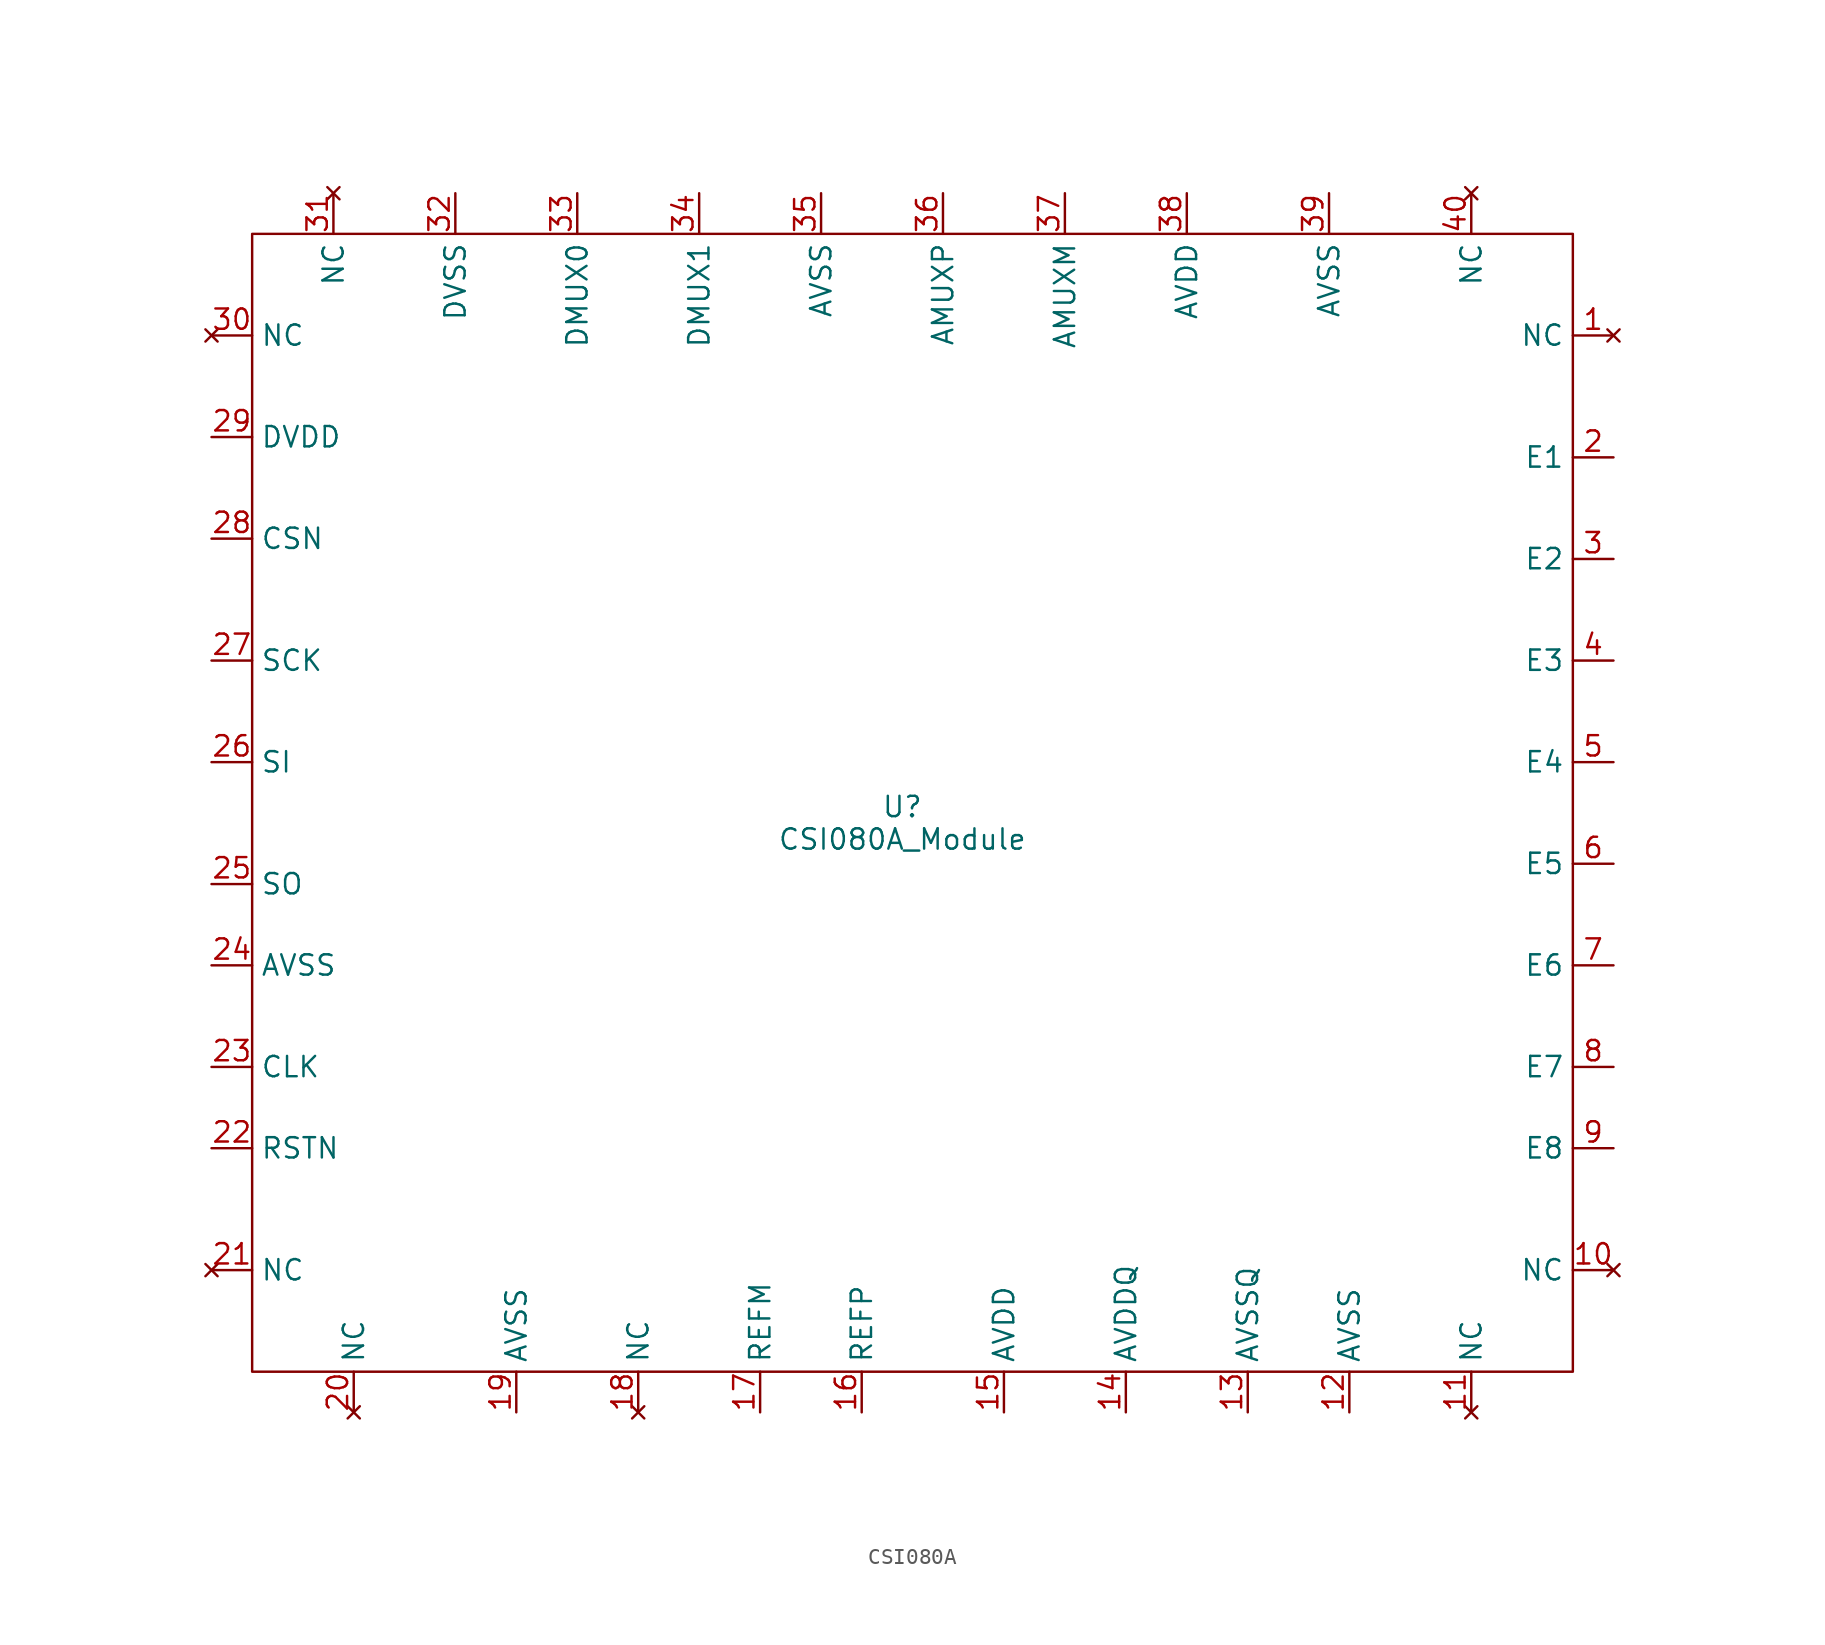
<source format=kicad_sym>
(kicad_symbol_lib
  (version 20231120)
  (generator "kicad_symbol_editor")
  (generator_version "8.0")
  (symbol "CSI080A"
    (property "Reference" "U"
      (at 0 1.016 0)
      (effects (font (size 1.27 1.27))))
    (property "Value" "CSI080A_Module"
      (at 0 -1.016 0)
      (effects (font (size 1.27 1.27))))
    (symbol "CSI080A_0_1"
      (rectangle (start -40.64 36.83) (end 41.91 -34.29) (stroke (width 0) (type default)) (fill (type none))))
    (symbol "CSI080A_1_1"
      (pin no_connect line (at 44.45 30.48 180) (length 2.54) (name "NC" (effects (font (size 1.27 1.27)))) (number "1" (effects (font (size 1.27 1.27)))))
      (pin no_connect line (at 44.45 -27.94 180) (length 2.54) (name "NC" (effects (font (size 1.27 1.27)))) (number "10" (effects (font (size 1.27 1.27)))))
      (pin no_connect line (at 35.56 -36.83 90) (length 2.54) (name "NC" (effects (font (size 1.27 1.27)))) (number "11" (effects (font (size 1.27 1.27)))))
      (pin power_in line (at 27.94 -36.83 90) (length 2.54) (name "AVSS" (effects (font (size 1.27 1.27)))) (number "12" (effects (font (size 1.27 1.27)))))
      (pin power_in line (at 21.59 -36.83 90) (length 2.54) (name "AVSSQ" (effects (font (size 1.27 1.27)))) (number "13" (effects (font (size 1.27 1.27)))))
      (pin power_in line (at 13.97 -36.83 90) (length 2.54) (name "AVDDQ" (effects (font (size 1.27 1.27)))) (number "14" (effects (font (size 1.27 1.27)))))
      (pin power_in line (at 6.35 -36.83 90) (length 2.54) (name "AVDD" (effects (font (size 1.27 1.27)))) (number "15" (effects (font (size 1.27 1.27)))))
      (pin power_in line (at -2.54 -36.83 90) (length 2.54) (name "REFP" (effects (font (size 1.27 1.27)))) (number "16" (effects (font (size 1.27 1.27)))))
      (pin power_in line (at -8.89 -36.83 90) (length 2.54) (name "REFM" (effects (font (size 1.27 1.27)))) (number "17" (effects (font (size 1.27 1.27)))))
      (pin no_connect line (at -16.51 -36.83 90) (length 2.54) (name "NC" (effects (font (size 1.27 1.27)))) (number "18" (effects (font (size 1.27 1.27)))))
      (pin power_in line (at -24.13 -36.83 90) (length 2.54) (name "AVSS" (effects (font (size 1.27 1.27)))) (number "19" (effects (font (size 1.27 1.27)))))
      (pin unspecified line (at 44.45 22.86 180) (length 2.54) (name "E1" (effects (font (size 1.27 1.27)))) (number "2" (effects (font (size 1.27 1.27)))))
      (pin no_connect line (at -34.29 -36.83 90) (length 2.54) (name "NC" (effects (font (size 1.27 1.27)))) (number "20" (effects (font (size 1.27 1.27)))))
      (pin no_connect line (at -43.18 -27.94 0) (length 2.54) (name "NC" (effects (font (size 1.27 1.27)))) (number "21" (effects (font (size 1.27 1.27)))))
      (pin input line (at -43.18 -20.32 0) (length 2.54) (name "RSTN" (effects (font (size 1.27 1.27)))) (number "22" (effects (font (size 1.27 1.27)))))
      (pin input line (at -43.18 -15.24 0) (length 2.54) (name "CLK" (effects (font (size 1.27 1.27)))) (number "23" (effects (font (size 1.27 1.27)))))
      (pin power_in line (at -43.18 -8.89 0) (length 2.54) (name "AVSS" (effects (font (size 1.27 1.27)))) (number "24" (effects (font (size 1.27 1.27)))))
      (pin output line (at -43.18 -3.81 0) (length 2.54) (name "SO" (effects (font (size 1.27 1.27)))) (number "25" (effects (font (size 1.27 1.27)))))
      (pin input line (at -43.18 3.81 0) (length 2.54) (name "SI" (effects (font (size 1.27 1.27)))) (number "26" (effects (font (size 1.27 1.27)))))
      (pin bidirectional line (at -43.18 10.16 0) (length 2.54) (name "SCK" (effects (font (size 1.27 1.27)))) (number "27" (effects (font (size 1.27 1.27)))))
      (pin input line (at -43.18 17.78 0) (length 2.54) (name "CSN" (effects (font (size 1.27 1.27)))) (number "28" (effects (font (size 1.27 1.27)))))
      (pin power_in line (at -43.18 24.13 0) (length 2.54) (name "DVDD" (effects (font (size 1.27 1.27)))) (number "29" (effects (font (size 1.27 1.27)))))
      (pin unspecified line (at 44.45 16.51 180) (length 2.54) (name "E2" (effects (font (size 1.27 1.27)))) (number "3" (effects (font (size 1.27 1.27)))))
      (pin no_connect line (at -43.18 30.48 0) (length 2.54) (name "NC" (effects (font (size 1.27 1.27)))) (number "30" (effects (font (size 1.27 1.27)))))
      (pin no_connect line (at -35.56 39.37 270) (length 2.54) (name "NC" (effects (font (size 1.27 1.27)))) (number "31" (effects (font (size 1.27 1.27)))))
      (pin power_in line (at -27.94 39.37 270) (length 2.54) (name "DVSS" (effects (font (size 1.27 1.27)))) (number "32" (effects (font (size 1.27 1.27)))))
      (pin input line (at -20.32 39.37 270) (length 2.54) (name "DMUX0" (effects (font (size 1.27 1.27)))) (number "33" (effects (font (size 1.27 1.27)))))
      (pin input line (at -12.7 39.37 270) (length 2.54) (name "DMUX1" (effects (font (size 1.27 1.27)))) (number "34" (effects (font (size 1.27 1.27)))))
      (pin power_in line (at -5.08 39.37 270) (length 2.54) (name "AVSS" (effects (font (size 1.27 1.27)))) (number "35" (effects (font (size 1.27 1.27)))))
      (pin input line (at 2.54 39.37 270) (length 2.54) (name "AMUXP" (effects (font (size 1.27 1.27)))) (number "36" (effects (font (size 1.27 1.27)))))
      (pin input line (at 10.16 39.37 270) (length 2.54) (name "AMUXM" (effects (font (size 1.27 1.27)))) (number "37" (effects (font (size 1.27 1.27)))))
      (pin power_in line (at 17.78 39.37 270) (length 2.54) (name "AVDD" (effects (font (size 1.27 1.27)))) (number "38" (effects (font (size 1.27 1.27)))))
      (pin power_in line (at 26.67 39.37 270) (length 2.54) (name "AVSS" (effects (font (size 1.27 1.27)))) (number "39" (effects (font (size 1.27 1.27)))))
      (pin unspecified line (at 44.45 10.16 180) (length 2.54) (name "E3" (effects (font (size 1.27 1.27)))) (number "4" (effects (font (size 1.27 1.27)))))
      (pin no_connect line (at 35.56 39.37 270) (length 2.54) (name "NC" (effects (font (size 1.27 1.27)))) (number "40" (effects (font (size 1.27 1.27)))))
      (pin unspecified line (at 44.45 3.81 180) (length 2.54) (name "E4" (effects (font (size 1.27 1.27)))) (number "5" (effects (font (size 1.27 1.27)))))
      (pin unspecified line (at 44.45 -2.54 180) (length 2.54) (name "E5" (effects (font (size 1.27 1.27)))) (number "6" (effects (font (size 1.27 1.27)))))
      (pin unspecified line (at 44.45 -8.89 180) (length 2.54) (name "E6" (effects (font (size 1.27 1.27)))) (number "7" (effects (font (size 1.27 1.27)))))
      (pin unspecified line (at 44.45 -15.24 180) (length 2.54) (name "E7" (effects (font (size 1.27 1.27)))) (number "8" (effects (font (size 1.27 1.27)))))
      (pin unspecified line (at 44.45 -20.32 180) (length 2.54) (name "E8" (effects (font (size 1.27 1.27)))) (number "9" (effects (font (size 1.27 1.27))))))))
</source>
